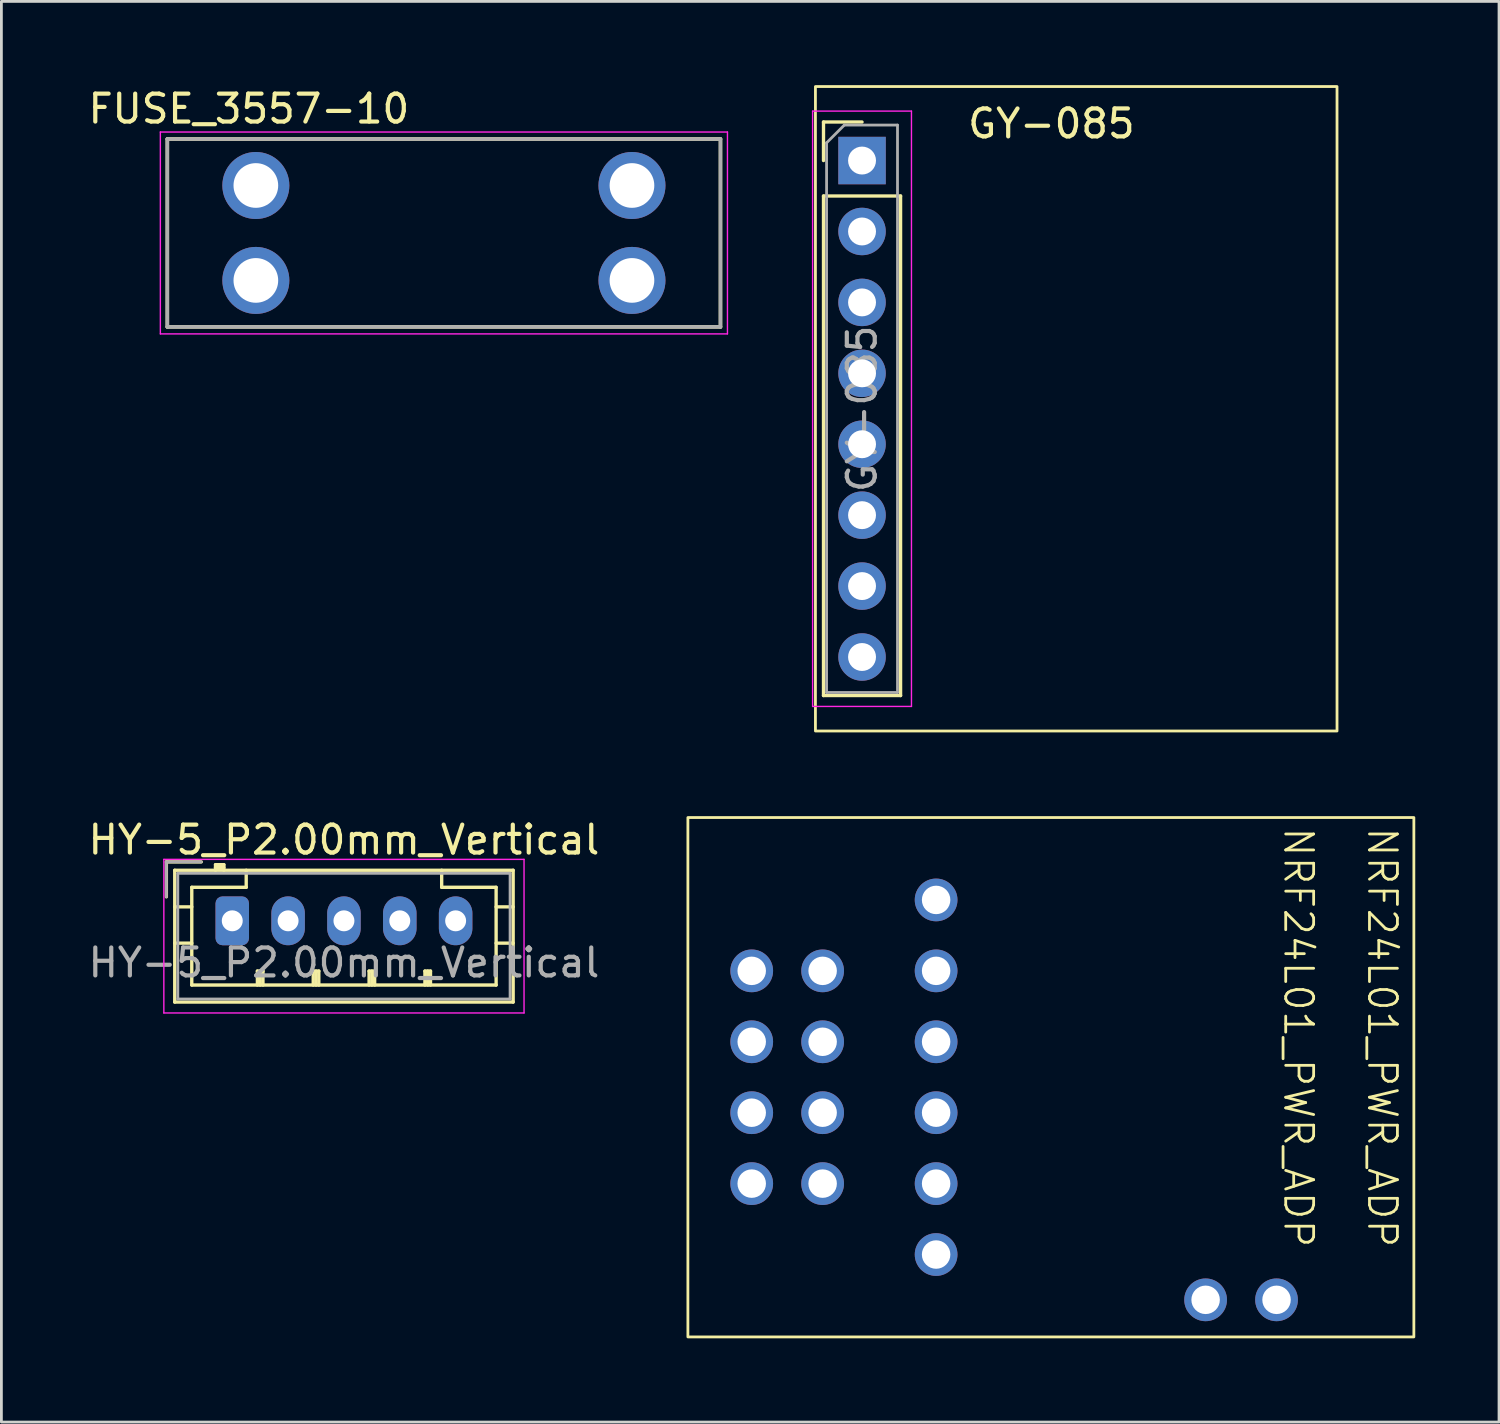
<source format=kicad_pcb>
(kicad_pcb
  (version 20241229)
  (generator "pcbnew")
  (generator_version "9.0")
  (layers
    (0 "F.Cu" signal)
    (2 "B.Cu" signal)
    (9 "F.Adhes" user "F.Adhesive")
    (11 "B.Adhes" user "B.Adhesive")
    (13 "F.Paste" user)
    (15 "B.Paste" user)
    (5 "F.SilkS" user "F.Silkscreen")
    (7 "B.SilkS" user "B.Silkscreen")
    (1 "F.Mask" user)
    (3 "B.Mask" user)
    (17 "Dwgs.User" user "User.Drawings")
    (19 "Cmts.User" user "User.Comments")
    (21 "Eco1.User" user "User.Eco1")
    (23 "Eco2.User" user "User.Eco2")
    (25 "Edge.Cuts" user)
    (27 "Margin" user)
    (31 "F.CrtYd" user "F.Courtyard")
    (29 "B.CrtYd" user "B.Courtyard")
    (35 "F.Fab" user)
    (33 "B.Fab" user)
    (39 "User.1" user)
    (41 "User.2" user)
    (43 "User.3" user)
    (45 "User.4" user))
  (footprint "NRF24L01_PWR_ADP"
    (layer "F.Cu")
    (at 34.54 35.628)
    (property "Reference" "NRF24L01_PWR_ADP" (at 11.914 -1.524 270) (unlocked yes) (layer "F.SilkS") (effects (font (size 1 1) (thickness 0.1))))
    (attr through_hole)
    (fp_rect (start -12.954 -9.398) (end 13.046 9.202) (stroke (width 0.1) (type solid)) (fill no) (layer "F.SilkS"))
    (fp_text user "${REFERENCE}" (at 8.914 -1.524 270) (unlocked yes) (layer "F.SilkS") (effects (font (size 1 1) (thickness 0.1))))
    (pad "1" thru_hole circle (at -8.128 -3.908) (size 1.53 1.53) (drill 1.02) (layers "*.Cu" "*.Mask"))
    (pad "2" thru_hole circle (at -8.128 -1.368) (size 1.53 1.53) (drill 1.02) (layers "*.Cu" "*.Mask"))
    (pad "3" thru_hole circle (at -8.128 1.172) (size 1.53 1.53) (drill 1.02) (layers "*.Cu" "*.Mask"))
    (pad "4" thru_hole circle (at -8.128 3.712) (size 1.53 1.53) (drill 1.02) (layers "*.Cu" "*.Mask"))
    (pad "5" thru_hole circle (at -10.668 -3.908) (size 1.53 1.53) (drill 1.02) (layers "*.Cu" "*.Mask"))
    (pad "6" thru_hole circle (at -10.668 -1.368) (size 1.53 1.53) (drill 1.02) (layers "*.Cu" "*.Mask"))
    (pad "7" thru_hole circle (at -10.668 1.172) (size 1.53 1.53) (drill 1.02) (layers "*.Cu" "*.Mask"))
    (pad "8" thru_hole circle (at -10.668 3.712) (size 1.53 1.53) (drill 1.02) (layers "*.Cu" "*.Mask"))
    (pad "9" thru_hole circle (at -4.064 -6.448) (size 1.53 1.53) (drill 1.02) (layers "*.Cu" "*.Mask"))
    (pad "10" thru_hole circle (at -4.064 -3.908) (size 1.53 1.53) (drill 1.02) (layers "*.Cu" "*.Mask"))
    (pad "11" thru_hole circle (at -4.064 -1.368) (size 1.53 1.53) (drill 1.02) (layers "*.Cu" "*.Mask"))
    (pad "12" thru_hole circle (at -4.064 1.172) (size 1.53 1.53) (drill 1.02) (layers "*.Cu" "*.Mask"))
    (pad "13" thru_hole circle (at -4.064 3.712) (size 1.53 1.53) (drill 1.02) (layers "*.Cu" "*.Mask"))
    (pad "14" thru_hole circle (at -4.064 6.252) (size 1.53 1.53) (drill 1.02) (layers "*.Cu" "*.Mask"))
    (pad "15" thru_hole circle (at 5.588 7.874 90) (size 1.53 1.53) (drill 1.02) (layers "*.Cu" "*.Mask"))
    (pad "16" thru_hole circle (at 8.128 7.874 90) (size 1.53 1.53) (drill 1.02) (layers "*.Cu" "*.Mask")))
  (footprint "HY-5_P2.00mm_Vertical"
    (layer "F.Cu")
    (at 5.268 29.928)
    (property "Reference" "HY-5_P2.00mm_Vertical" (at 4 -2.9 0) (layer "F.SilkS") (effects (font (size 1 1) (thickness 0.15))))
    (attr through_hole)
    (fp_line (start -2.36 -2.11) (end -2.36 -0.86) (stroke (width 0.12) (type solid)) (layer "F.SilkS"))
    (fp_line (start -2.06 -1.81) (end -2.06 2.91) (stroke (width 0.12) (type solid)) (layer "F.SilkS"))
    (fp_line (start -2.06 -0.5) (end -1.45 -0.5) (stroke (width 0.12) (type solid)) (layer "F.SilkS"))
    (fp_line (start -2.06 0.8) (end -1.45 0.8) (stroke (width 0.12) (type solid)) (layer "F.SilkS"))
    (fp_line (start -2.06 2.91) (end 10.06 2.91) (stroke (width 0.12) (type solid)) (layer "F.SilkS"))
    (fp_line (start -1.45 -1.2) (end -1.45 2.3) (stroke (width 0.12) (type solid)) (layer "F.SilkS"))
    (fp_line (start -1.45 2.3) (end 9.45 2.3) (stroke (width 0.12) (type solid)) (layer "F.SilkS"))
    (fp_line (start -1.11 -2.11) (end -2.36 -2.11) (stroke (width 0.12) (type solid)) (layer "F.SilkS"))
    (fp_line (start -0.6 -2.01) (end -0.6 -1.81) (stroke (width 0.12) (type solid)) (layer "F.SilkS"))
    (fp_line (start -0.3 -2.01) (end -0.6 -2.01) (stroke (width 0.12) (type solid)) (layer "F.SilkS"))
    (fp_line (start -0.3 -1.91) (end -0.6 -1.91) (stroke (width 0.12) (type solid)) (layer "F.SilkS"))
    (fp_line (start -0.3 -1.81) (end -0.3 -2.01) (stroke (width 0.12) (type solid)) (layer "F.SilkS"))
    (fp_line (start 0.5 -1.81) (end 0.5 -1.2) (stroke (width 0.12) (type solid)) (layer "F.SilkS"))
    (fp_line (start 0.5 -1.2) (end -1.45 -1.2) (stroke (width 0.12) (type solid)) (layer "F.SilkS"))
    (fp_line (start 0.9 1.8) (end 1.1 1.8) (stroke (width 0.12) (type solid)) (layer "F.SilkS"))
    (fp_line (start 0.9 2.3) (end 0.9 1.8) (stroke (width 0.12) (type solid)) (layer "F.SilkS"))
    (fp_line (start 1 2.3) (end 1 1.8) (stroke (width 0.12) (type solid)) (layer "F.SilkS"))
    (fp_line (start 1.1 1.8) (end 1.1 2.3) (stroke (width 0.12) (type solid)) (layer "F.SilkS"))
    (fp_line (start 2.9 1.8) (end 3.1 1.8) (stroke (width 0.12) (type solid)) (layer "F.SilkS"))
    (fp_line (start 2.9 2.3) (end 2.9 1.8) (stroke (width 0.12) (type solid)) (layer "F.SilkS"))
    (fp_line (start 3 2.3) (end 3 1.8) (stroke (width 0.12) (type solid)) (layer "F.SilkS"))
    (fp_line (start 3.1 1.8) (end 3.1 2.3) (stroke (width 0.12) (type solid)) (layer "F.SilkS"))
    (fp_line (start 4.9 1.8) (end 5.1 1.8) (stroke (width 0.12) (type solid)) (layer "F.SilkS"))
    (fp_line (start 4.9 2.3) (end 4.9 1.8) (stroke (width 0.12) (type solid)) (layer "F.SilkS"))
    (fp_line (start 5 2.3) (end 5 1.8) (stroke (width 0.12) (type solid)) (layer "F.SilkS"))
    (fp_line (start 5.1 1.8) (end 5.1 2.3) (stroke (width 0.12) (type solid)) (layer "F.SilkS"))
    (fp_line (start 6.9 1.8) (end 7.1 1.8) (stroke (width 0.12) (type solid)) (layer "F.SilkS"))
    (fp_line (start 6.9 2.3) (end 6.9 1.8) (stroke (width 0.12) (type solid)) (layer "F.SilkS"))
    (fp_line (start 7 2.3) (end 7 1.8) (stroke (width 0.12) (type solid)) (layer "F.SilkS"))
    (fp_line (start 7.1 1.8) (end 7.1 2.3) (stroke (width 0.12) (type solid)) (layer "F.SilkS"))
    (fp_line (start 7.5 -1.2) (end 7.5 -1.81) (stroke (width 0.12) (type solid)) (layer "F.SilkS"))
    (fp_line (start 9.45 -1.2) (end 7.5 -1.2) (stroke (width 0.12) (type solid)) (layer "F.SilkS"))
    (fp_line (start 9.45 2.3) (end 9.45 -1.2) (stroke (width 0.12) (type solid)) (layer "F.SilkS"))
    (fp_line (start 10.06 -1.81) (end -2.06 -1.81) (stroke (width 0.12) (type solid)) (layer "F.SilkS"))
    (fp_line (start 10.06 -0.5) (end 9.45 -0.5) (stroke (width 0.12) (type solid)) (layer "F.SilkS"))
    (fp_line (start 10.06 0.8) (end 9.45 0.8) (stroke (width 0.12) (type solid)) (layer "F.SilkS"))
    (fp_line (start 10.06 2.91) (end 10.06 -1.81) (stroke (width 0.12) (type solid)) (layer "F.SilkS"))
    (fp_line (start -2.45 -2.2) (end -2.45 3.3) (stroke (width 0.05) (type solid)) (layer "F.CrtYd"))
    (fp_line (start -2.45 3.3) (end 10.45 3.3) (stroke (width 0.05) (type solid)) (layer "F.CrtYd"))
    (fp_line (start 10.45 -2.2) (end -2.45 -2.2) (stroke (width 0.05) (type solid)) (layer "F.CrtYd"))
    (fp_line (start 10.45 3.3) (end 10.45 -2.2) (stroke (width 0.05) (type solid)) (layer "F.CrtYd"))
    (fp_line (start -2.36 -2.11) (end -2.36 -0.86) (stroke (width 0.1) (type solid)) (layer "F.Fab"))
    (fp_line (start -1.95 -1.7) (end -1.95 2.8) (stroke (width 0.1) (type solid)) (layer "F.Fab"))
    (fp_line (start -1.95 2.8) (end 9.95 2.8) (stroke (width 0.1) (type solid)) (layer "F.Fab"))
    (fp_line (start -1.11 -2.11) (end -2.36 -2.11) (stroke (width 0.1) (type solid)) (layer "F.Fab"))
    (fp_line (start 9.95 -1.7) (end -1.95 -1.7) (stroke (width 0.1) (type solid)) (layer "F.Fab"))
    (fp_line (start 9.95 2.8) (end 9.95 -1.7) (stroke (width 0.1) (type solid)) (layer "F.Fab"))
    (fp_text user "${REFERENCE}" (at 4 1.5 0) (layer "F.Fab") (effects (font (size 1 1) (thickness 0.15))))
    (pad "1" thru_hole roundrect (at 0 0) (size 1.2 1.75) (drill 0.75) (layers "*.Cu" "*.Mask") (roundrect_rratio 0.208))
    (pad "2" thru_hole oval (at 2 0) (size 1.2 1.75) (drill 0.75) (layers "*.Cu" "*.Mask"))
    (pad "3" thru_hole oval (at 4 0) (size 1.2 1.75) (drill 0.75) (layers "*.Cu" "*.Mask"))
    (pad "4" thru_hole oval (at 6 0) (size 1.2 1.75) (drill 0.75) (layers "*.Cu" "*.Mask"))
    (pad "5" thru_hole oval (at 8 0) (size 1.2 1.75) (drill 0.75) (layers "*.Cu" "*.Mask")))
  (footprint "FUSE_3557-10"
    (layer "F.Cu")
    (at 12.848 5.293)
    (property "Reference" "FUSE_3557-10" (at -6.985 -4.445 0) (layer "F.SilkS") (effects (font (size 1 1) (thickness 0.15))))
    (attr through_hole)
    (fp_line (start -9.905 -3.365) (end -9.905 3.365) (stroke (width 0.127) (type solid)) (layer "F.SilkS"))
    (fp_line (start -9.905 3.365) (end 9.905 3.365) (stroke (width 0.127) (type solid)) (layer "F.SilkS"))
    (fp_line (start 9.905 -3.365) (end -9.905 -3.365) (stroke (width 0.127) (type solid)) (layer "F.SilkS"))
    (fp_line (start 9.905 3.365) (end 9.905 -3.365) (stroke (width 0.127) (type solid)) (layer "F.SilkS"))
    (fp_line (start -10.155 -3.615) (end 10.155 -3.615) (stroke (width 0.05) (type solid)) (layer "F.CrtYd"))
    (fp_line (start -10.155 3.615) (end -10.155 -3.615) (stroke (width 0.05) (type solid)) (layer "F.CrtYd"))
    (fp_line (start 10.155 -3.615) (end 10.155 3.615) (stroke (width 0.05) (type solid)) (layer "F.CrtYd"))
    (fp_line (start 10.155 3.615) (end -10.155 3.615) (stroke (width 0.05) (type solid)) (layer "F.CrtYd"))
    (fp_line (start -9.905 -3.365) (end -9.905 3.365) (stroke (width 0.127) (type solid)) (layer "F.Fab"))
    (fp_line (start -9.905 3.365) (end 9.905 3.365) (stroke (width 0.127) (type solid)) (layer "F.Fab"))
    (fp_line (start 9.905 -3.365) (end -9.905 -3.365) (stroke (width 0.127) (type solid)) (layer "F.Fab"))
    (fp_line (start 9.905 3.365) (end 9.905 -3.365) (stroke (width 0.127) (type solid)) (layer "F.Fab"))
    (pad "1_1" thru_hole circle (at -6.735 -1.7) (size 2.4 2.4) (drill 1.6) (layers "*.Cu" "*.Mask"))
    (pad "1_2" thru_hole circle (at -6.735 1.7) (size 2.4 2.4) (drill 1.6) (layers "*.Cu" "*.Mask"))
    (pad "2_1" thru_hole circle (at 6.735 -1.7) (size 2.4 2.4) (drill 1.6) (layers "*.Cu" "*.Mask"))
    (pad "2_2" thru_hole circle (at 6.735 1.7) (size 2.4 2.4) (drill 1.6) (layers "*.Cu" "*.Mask")))
  (footprint "GY-085"
    (layer "F.Cu")
    (at 34.478 10.574)
    (property "Reference" "GY-085" (at 0.127 -9.195 0) (layer "F.SilkS") (effects (font (size 1 1) (thickness 0.15))))
    (attr through_hole)
    (fp_line (start -8.035 -9.254) (end -6.655 -9.254) (stroke (width 0.12) (type solid)) (layer "F.SilkS"))
    (fp_line (start -8.035 -7.874) (end -8.035 -9.254) (stroke (width 0.12) (type solid)) (layer "F.SilkS"))
    (fp_line (start -8.035 -6.604) (end -8.035 11.286) (stroke (width 0.12) (type solid)) (layer "F.SilkS"))
    (fp_line (start -8.035 -6.604) (end -5.275 -6.604) (stroke (width 0.12) (type solid)) (layer "F.SilkS"))
    (fp_line (start -8.035 11.286) (end -5.275 11.286) (stroke (width 0.12) (type solid)) (layer "F.SilkS"))
    (fp_line (start -5.275 -6.604) (end -5.275 11.286) (stroke (width 0.12) (type solid)) (layer "F.SilkS"))
    (fp_rect (start -8.324 -10.524) (end 10.356 12.556) (stroke (width 0.1) (type solid)) (fill no) (layer "F.SilkS"))
    (fp_line (start -8.425 -9.644) (end -8.425 11.676) (stroke (width 0.05) (type solid)) (layer "F.CrtYd"))
    (fp_line (start -8.425 11.676) (end -4.885 11.676) (stroke (width 0.05) (type solid)) (layer "F.CrtYd"))
    (fp_line (start -4.885 -9.644) (end -8.425 -9.644) (stroke (width 0.05) (type solid)) (layer "F.CrtYd"))
    (fp_line (start -4.885 11.676) (end -4.885 -9.644) (stroke (width 0.05) (type solid)) (layer "F.CrtYd"))
    (fp_line (start -7.925 -8.509) (end -7.29 -9.144) (stroke (width 0.1) (type solid)) (layer "F.Fab"))
    (fp_line (start -7.925 11.176) (end -7.925 -8.509) (stroke (width 0.1) (type solid)) (layer "F.Fab"))
    (fp_line (start -7.29 -9.144) (end -5.385 -9.144) (stroke (width 0.1) (type solid)) (layer "F.Fab"))
    (fp_line (start -5.385 -9.144) (end -5.385 11.176) (stroke (width 0.1) (type solid)) (layer "F.Fab"))
    (fp_line (start -5.385 11.176) (end -7.925 11.176) (stroke (width 0.1) (type solid)) (layer "F.Fab"))
    (fp_text user "${REFERENCE}" (at -6.655 1.016 90) (layer "F.Fab") (effects (font (size 1 1) (thickness 0.15))))
    (pad "1" thru_hole rect (at -6.655 -7.874) (size 1.7 1.7) (drill 1) (layers "*.Cu" "*.Mask"))
    (pad "2" thru_hole circle (at -6.655 -5.334) (size 1.7 1.7) (drill 1) (layers "*.Cu" "*.Mask"))
    (pad "3" thru_hole circle (at -6.655 -2.794) (size 1.7 1.7) (drill 1) (layers "*.Cu" "*.Mask"))
    (pad "4" thru_hole circle (at -6.655 -0.254) (size 1.7 1.7) (drill 1) (layers "*.Cu" "*.Mask"))
    (pad "5" thru_hole circle (at -6.655 2.286) (size 1.7 1.7) (drill 1) (layers "*.Cu" "*.Mask"))
    (pad "6" thru_hole circle (at -6.655 4.826) (size 1.7 1.7) (drill 1) (layers "*.Cu" "*.Mask"))
    (pad "7" thru_hole circle (at -6.655 7.366) (size 1.7 1.7) (drill 1) (layers "*.Cu" "*.Mask"))
    (pad "8" thru_hole circle (at -6.655 9.906) (size 1.7 1.7) (drill 1) (layers "*.Cu" "*.Mask")))
  (gr_rect
    (start -3 -3)
    (end 50.636 47.88)
    (stroke (width 0.1) (type default))
    (fill no)
    (layer "Edge.Cuts")))
</source>
